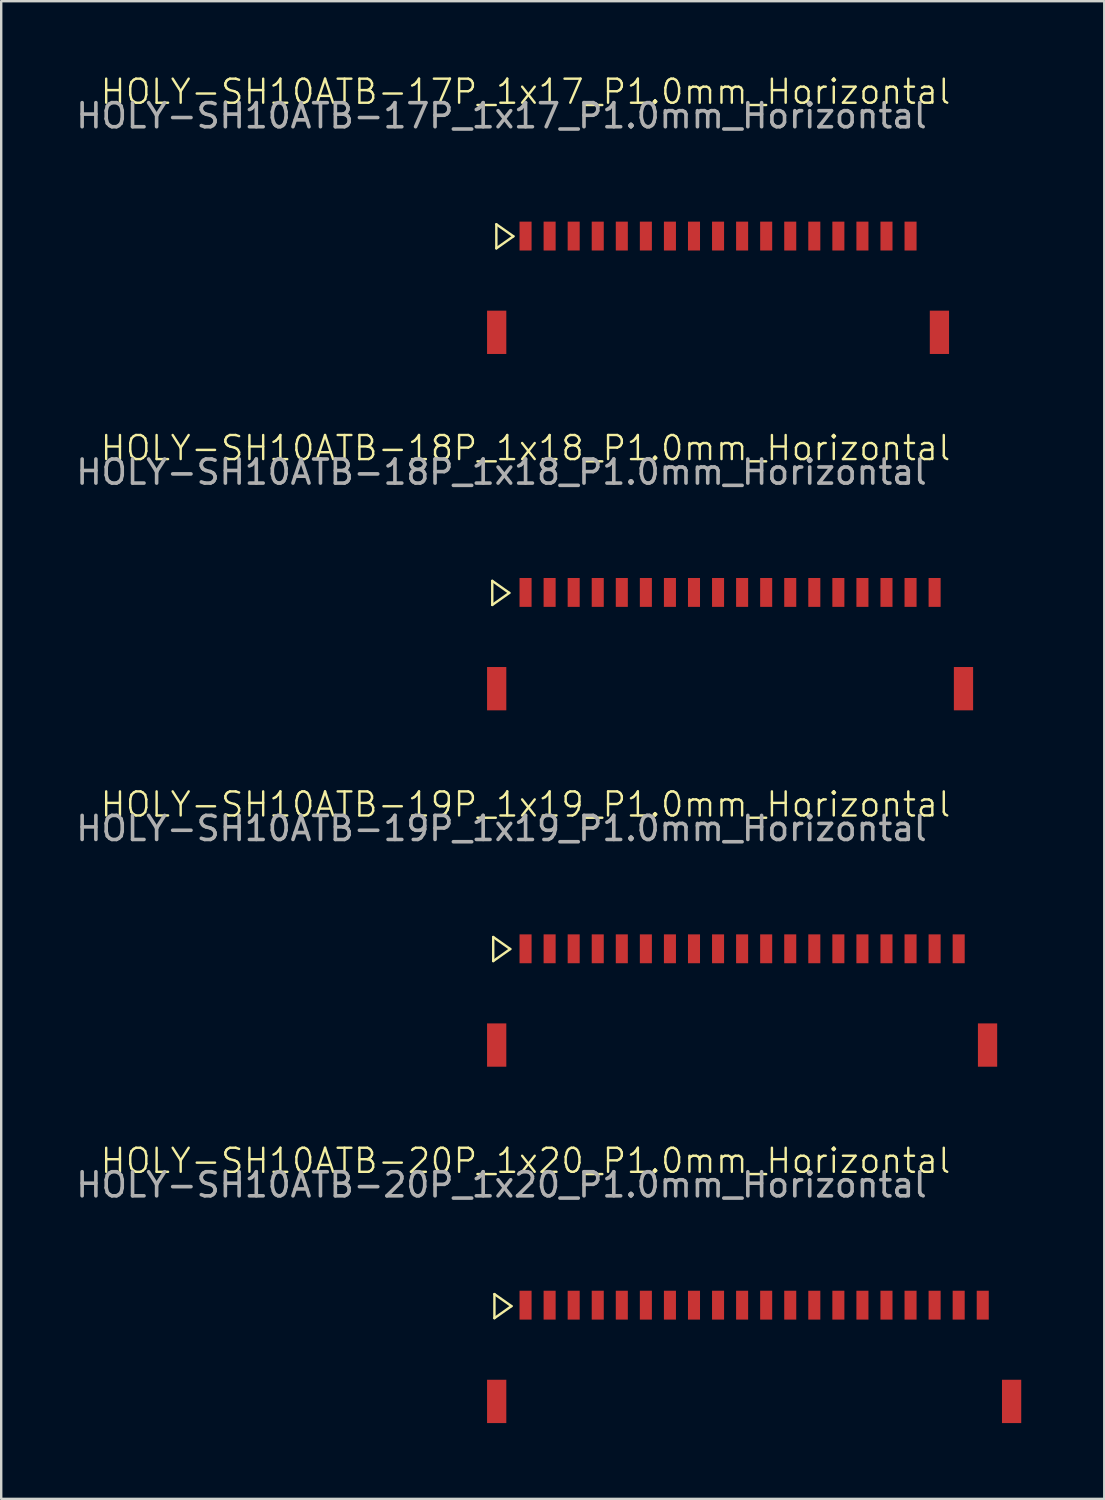
<source format=kicad_pcb>
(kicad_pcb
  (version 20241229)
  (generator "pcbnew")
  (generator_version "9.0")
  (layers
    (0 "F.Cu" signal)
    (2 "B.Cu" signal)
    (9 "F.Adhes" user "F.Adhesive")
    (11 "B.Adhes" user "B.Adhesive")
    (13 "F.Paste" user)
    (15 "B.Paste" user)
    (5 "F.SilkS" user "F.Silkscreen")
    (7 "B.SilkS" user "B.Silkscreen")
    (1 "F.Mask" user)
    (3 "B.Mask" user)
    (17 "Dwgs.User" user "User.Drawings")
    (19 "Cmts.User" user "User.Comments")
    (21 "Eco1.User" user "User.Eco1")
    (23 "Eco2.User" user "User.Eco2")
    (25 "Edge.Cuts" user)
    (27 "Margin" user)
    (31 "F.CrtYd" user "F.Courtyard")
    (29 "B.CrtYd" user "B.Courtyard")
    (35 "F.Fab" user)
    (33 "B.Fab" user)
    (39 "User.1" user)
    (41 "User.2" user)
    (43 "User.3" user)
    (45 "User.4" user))
  (footprint "HOLY-SH10ATB-19P_1x19_P1.0mm_Horizontal"
    (layer "F.Cu")
    (at 36.792 36.382)
    (property "Reference" "HOLY-SH10ATB-19P_1x19_P1.0mm_Horizontal" (at -18 -6 0) (unlocked yes) (layer "F.SilkS") (effects (font (size 1 1) (thickness 0.1))))
    (attr smd)
    (fp_line (start -19.344 -0.49) (end -19.344 0.51) (stroke (width 0.1) (type solid)) (layer "F.SilkS"))
    (fp_line (start -19.344 -0.49) (end -18.636 0.01) (stroke (width 0.1) (type solid)) (layer "F.SilkS"))
    (fp_line (start -18.636 0.01) (end -19.344 0.51) (stroke (width 0.1) (type solid)) (layer "F.SilkS"))
    (fp_rect (start -20 -1) (end 2 5) (stroke (width 0.1) (type default)) (fill no) (layer "Margin"))
    (fp_text user "${REFERENCE}" (at -19 -5 0) (unlocked yes) (layer "F.Fab") (effects (font (size 1 1) (thickness 0.15))))
    (pad "1" smd rect (at -18 0) (size 0.5 1.2) (layers "F.Cu" "F.Mask" "F.Paste"))
    (pad "2" smd rect (at -17 0) (size 0.5 1.2) (layers "F.Cu" "F.Mask" "F.Paste"))
    (pad "3" smd rect (at -16 0) (size 0.5 1.2) (layers "F.Cu" "F.Mask" "F.Paste"))
    (pad "4" smd rect (at -15 0) (size 0.5 1.2) (layers "F.Cu" "F.Mask" "F.Paste"))
    (pad "5" smd rect (at -14 0) (size 0.5 1.2) (layers "F.Cu" "F.Mask" "F.Paste"))
    (pad "6" smd rect (at -13 0) (size 0.5 1.2) (layers "F.Cu" "F.Mask" "F.Paste"))
    (pad "7" smd rect (at -12 0) (size 0.5 1.2) (layers "F.Cu" "F.Mask" "F.Paste"))
    (pad "8" smd rect (at -11 0) (size 0.5 1.2) (layers "F.Cu" "F.Mask" "F.Paste"))
    (pad "9" smd rect (at -10 0) (size 0.5 1.2) (layers "F.Cu" "F.Mask" "F.Paste"))
    (pad "10" smd rect (at -9 0) (size 0.5 1.2) (layers "F.Cu" "F.Mask" "F.Paste"))
    (pad "11" smd rect (at -8 0) (size 0.5 1.2) (layers "F.Cu" "F.Mask" "F.Paste"))
    (pad "12" smd rect (at -7 0) (size 0.5 1.2) (layers "F.Cu" "F.Mask" "F.Paste"))
    (pad "13" smd rect (at -6 0) (size 0.5 1.2) (layers "F.Cu" "F.Mask" "F.Paste"))
    (pad "14" smd rect (at -5 0) (size 0.5 1.2) (layers "F.Cu" "F.Mask" "F.Paste"))
    (pad "15" smd rect (at -4 0) (size 0.5 1.2) (layers "F.Cu" "F.Mask" "F.Paste"))
    (pad "16" smd rect (at -3 0) (size 0.5 1.2) (layers "F.Cu" "F.Mask" "F.Paste"))
    (pad "17" smd rect (at -2 0) (size 0.5 1.2) (layers "F.Cu" "F.Mask" "F.Paste"))
    (pad "18" smd rect (at -1 0) (size 0.5 1.2) (layers "F.Cu" "F.Mask" "F.Paste"))
    (pad "19" smd rect (at 0 0) (size 0.5 1.2) (layers "F.Cu" "F.Mask" "F.Paste"))
    (pad "MP" smd rect (at -19.2 4) (size 0.8 1.8) (layers "F.Cu" "F.Mask" "F.Paste"))
    (pad "MP" smd rect (at 1.2 4) (size 0.8 1.8) (layers "F.Cu" "F.Mask" "F.Paste")))
  (footprint "HOLY-SH10ATB-18P_1x18_P1.0mm_Horizontal"
    (layer "F.Cu")
    (at 35.792 21.571)
    (property "Reference" "HOLY-SH10ATB-18P_1x18_P1.0mm_Horizontal" (at -17 -6 0) (unlocked yes) (layer "F.SilkS") (effects (font (size 1 1) (thickness 0.1))))
    (attr smd)
    (fp_line (start -18.384 -0.48) (end -18.384 0.52) (stroke (width 0.1) (type solid)) (layer "F.SilkS"))
    (fp_line (start -18.384 -0.48) (end -17.676 0.02) (stroke (width 0.1) (type solid)) (layer "F.SilkS"))
    (fp_line (start -17.676 0.02) (end -18.384 0.52) (stroke (width 0.1) (type solid)) (layer "F.SilkS"))
    (fp_rect (start -19 -1) (end 2 5) (stroke (width 0.1) (type default)) (fill no) (layer "Margin"))
    (fp_text user "${REFERENCE}" (at -18 -5 0) (unlocked yes) (layer "F.Fab") (effects (font (size 1 1) (thickness 0.15))))
    (pad "1" smd rect (at -17 0) (size 0.5 1.2) (layers "F.Cu" "F.Mask" "F.Paste"))
    (pad "2" smd rect (at -16 0) (size 0.5 1.2) (layers "F.Cu" "F.Mask" "F.Paste"))
    (pad "3" smd rect (at -15 0) (size 0.5 1.2) (layers "F.Cu" "F.Mask" "F.Paste"))
    (pad "4" smd rect (at -14 0) (size 0.5 1.2) (layers "F.Cu" "F.Mask" "F.Paste"))
    (pad "5" smd rect (at -13 0) (size 0.5 1.2) (layers "F.Cu" "F.Mask" "F.Paste"))
    (pad "6" smd rect (at -12 0) (size 0.5 1.2) (layers "F.Cu" "F.Mask" "F.Paste"))
    (pad "7" smd rect (at -11 0) (size 0.5 1.2) (layers "F.Cu" "F.Mask" "F.Paste"))
    (pad "8" smd rect (at -10 0) (size 0.5 1.2) (layers "F.Cu" "F.Mask" "F.Paste"))
    (pad "9" smd rect (at -9 0) (size 0.5 1.2) (layers "F.Cu" "F.Mask" "F.Paste"))
    (pad "10" smd rect (at -8 0) (size 0.5 1.2) (layers "F.Cu" "F.Mask" "F.Paste"))
    (pad "11" smd rect (at -7 0) (size 0.5 1.2) (layers "F.Cu" "F.Mask" "F.Paste"))
    (pad "12" smd rect (at -6 0) (size 0.5 1.2) (layers "F.Cu" "F.Mask" "F.Paste"))
    (pad "13" smd rect (at -5 0) (size 0.5 1.2) (layers "F.Cu" "F.Mask" "F.Paste"))
    (pad "14" smd rect (at -4 0) (size 0.5 1.2) (layers "F.Cu" "F.Mask" "F.Paste"))
    (pad "15" smd rect (at -3 0) (size 0.5 1.2) (layers "F.Cu" "F.Mask" "F.Paste"))
    (pad "16" smd rect (at -2 0) (size 0.5 1.2) (layers "F.Cu" "F.Mask" "F.Paste"))
    (pad "17" smd rect (at -1 0) (size 0.5 1.2) (layers "F.Cu" "F.Mask" "F.Paste"))
    (pad "18" smd rect (at 0 0) (size 0.5 1.2) (layers "F.Cu" "F.Mask" "F.Paste"))
    (pad "MP" smd rect (at -18.2 4) (size 0.8 1.8) (layers "F.Cu" "F.Mask" "F.Paste"))
    (pad "MP" smd rect (at 1.2 4) (size 0.8 1.8) (layers "F.Cu" "F.Mask" "F.Paste")))
  (footprint "HOLY-SH10ATB-20P_1x20_P1.0mm_Horizontal"
    (layer "F.Cu")
    (at 37.792 51.192)
    (property "Reference" "HOLY-SH10ATB-20P_1x20_P1.0mm_Horizontal" (at -19 -6 0) (unlocked yes) (layer "F.SilkS") (effects (font (size 1 1) (thickness 0.1))))
    (attr smd)
    (fp_line (start -20.294 -0.46) (end -20.294 0.54) (stroke (width 0.1) (type solid)) (layer "F.SilkS"))
    (fp_line (start -20.294 -0.46) (end -19.586 0.04) (stroke (width 0.1) (type solid)) (layer "F.SilkS"))
    (fp_line (start -19.586 0.04) (end -20.294 0.54) (stroke (width 0.1) (type solid)) (layer "F.SilkS"))
    (fp_rect (start -21 -1) (end 2 5) (stroke (width 0.1) (type default)) (fill no) (layer "Margin"))
    (fp_text user "${REFERENCE}" (at -20 -5 0) (unlocked yes) (layer "F.Fab") (effects (font (size 1 1) (thickness 0.15))))
    (pad "1" smd rect (at -19 0) (size 0.5 1.2) (layers "F.Cu" "F.Mask" "F.Paste"))
    (pad "2" smd rect (at -18 0) (size 0.5 1.2) (layers "F.Cu" "F.Mask" "F.Paste"))
    (pad "3" smd rect (at -17 0) (size 0.5 1.2) (layers "F.Cu" "F.Mask" "F.Paste"))
    (pad "4" smd rect (at -16 0) (size 0.5 1.2) (layers "F.Cu" "F.Mask" "F.Paste"))
    (pad "5" smd rect (at -15 0) (size 0.5 1.2) (layers "F.Cu" "F.Mask" "F.Paste"))
    (pad "6" smd rect (at -14 0) (size 0.5 1.2) (layers "F.Cu" "F.Mask" "F.Paste"))
    (pad "7" smd rect (at -13 0) (size 0.5 1.2) (layers "F.Cu" "F.Mask" "F.Paste"))
    (pad "8" smd rect (at -12 0) (size 0.5 1.2) (layers "F.Cu" "F.Mask" "F.Paste"))
    (pad "9" smd rect (at -11 0) (size 0.5 1.2) (layers "F.Cu" "F.Mask" "F.Paste"))
    (pad "10" smd rect (at -10 0) (size 0.5 1.2) (layers "F.Cu" "F.Mask" "F.Paste"))
    (pad "11" smd rect (at -9 0) (size 0.5 1.2) (layers "F.Cu" "F.Mask" "F.Paste"))
    (pad "12" smd rect (at -8 0) (size 0.5 1.2) (layers "F.Cu" "F.Mask" "F.Paste"))
    (pad "13" smd rect (at -7 0) (size 0.5 1.2) (layers "F.Cu" "F.Mask" "F.Paste"))
    (pad "14" smd rect (at -6 0) (size 0.5 1.2) (layers "F.Cu" "F.Mask" "F.Paste"))
    (pad "15" smd rect (at -5 0) (size 0.5 1.2) (layers "F.Cu" "F.Mask" "F.Paste"))
    (pad "16" smd rect (at -4 0) (size 0.5 1.2) (layers "F.Cu" "F.Mask" "F.Paste"))
    (pad "17" smd rect (at -3 0) (size 0.5 1.2) (layers "F.Cu" "F.Mask" "F.Paste"))
    (pad "18" smd rect (at -2 0) (size 0.5 1.2) (layers "F.Cu" "F.Mask" "F.Paste"))
    (pad "19" smd rect (at -1 0) (size 0.5 1.2) (layers "F.Cu" "F.Mask" "F.Paste"))
    (pad "20" smd rect (at 0 0) (size 0.5 1.2) (layers "F.Cu" "F.Mask" "F.Paste"))
    (pad "MP" smd rect (at -20.2 4) (size 0.8 1.8) (layers "F.Cu" "F.Mask" "F.Paste"))
    (pad "MP" smd rect (at 1.2 4) (size 0.8 1.8) (layers "F.Cu" "F.Mask" "F.Paste")))
  (footprint "HOLY-SH10ATB-17P_1x17_P1.0mm_Horizontal"
    (layer "F.Cu")
    (at 34.792 6.761)
    (property "Reference" "HOLY-SH10ATB-17P_1x17_P1.0mm_Horizontal" (at -16 -6 0) (unlocked yes) (layer "F.SilkS") (effects (font (size 1 1) (thickness 0.1))))
    (attr smd)
    (fp_line (start -17.214 -0.49) (end -17.214 0.51) (stroke (width 0.1) (type solid)) (layer "F.SilkS"))
    (fp_line (start -17.214 -0.49) (end -16.506 0.01) (stroke (width 0.1) (type solid)) (layer "F.SilkS"))
    (fp_line (start -16.506 0.01) (end -17.214 0.51) (stroke (width 0.1) (type solid)) (layer "F.SilkS"))
    (fp_rect (start -18 -1) (end 2 5) (stroke (width 0.1) (type default)) (fill no) (layer "Margin"))
    (fp_text user "${REFERENCE}" (at -17 -5 0) (unlocked yes) (layer "F.Fab") (effects (font (size 1 1) (thickness 0.15))))
    (pad "1" smd rect (at -16 0) (size 0.5 1.2) (layers "F.Cu" "F.Mask" "F.Paste"))
    (pad "2" smd rect (at -15 0) (size 0.5 1.2) (layers "F.Cu" "F.Mask" "F.Paste"))
    (pad "3" smd rect (at -14 0) (size 0.5 1.2) (layers "F.Cu" "F.Mask" "F.Paste"))
    (pad "4" smd rect (at -13 0) (size 0.5 1.2) (layers "F.Cu" "F.Mask" "F.Paste"))
    (pad "5" smd rect (at -12 0) (size 0.5 1.2) (layers "F.Cu" "F.Mask" "F.Paste"))
    (pad "6" smd rect (at -11 0) (size 0.5 1.2) (layers "F.Cu" "F.Mask" "F.Paste"))
    (pad "7" smd rect (at -10 0) (size 0.5 1.2) (layers "F.Cu" "F.Mask" "F.Paste"))
    (pad "8" smd rect (at -9 0) (size 0.5 1.2) (layers "F.Cu" "F.Mask" "F.Paste"))
    (pad "9" smd rect (at -8 0) (size 0.5 1.2) (layers "F.Cu" "F.Mask" "F.Paste"))
    (pad "10" smd rect (at -7 0) (size 0.5 1.2) (layers "F.Cu" "F.Mask" "F.Paste"))
    (pad "11" smd rect (at -6 0) (size 0.5 1.2) (layers "F.Cu" "F.Mask" "F.Paste"))
    (pad "12" smd rect (at -5 0) (size 0.5 1.2) (layers "F.Cu" "F.Mask" "F.Paste"))
    (pad "13" smd rect (at -4 0) (size 0.5 1.2) (layers "F.Cu" "F.Mask" "F.Paste"))
    (pad "14" smd rect (at -3 0) (size 0.5 1.2) (layers "F.Cu" "F.Mask" "F.Paste"))
    (pad "15" smd rect (at -2 0) (size 0.5 1.2) (layers "F.Cu" "F.Mask" "F.Paste"))
    (pad "16" smd rect (at -1 0) (size 0.5 1.2) (layers "F.Cu" "F.Mask" "F.Paste"))
    (pad "17" smd rect (at 0 0) (size 0.5 1.2) (layers "F.Cu" "F.Mask" "F.Paste"))
    (pad "MP" smd rect (at -17.2 4) (size 0.8 1.8) (layers "F.Cu" "F.Mask" "F.Paste"))
    (pad "MP" smd rect (at 1.2 4) (size 0.8 1.8) (layers "F.Cu" "F.Mask" "F.Paste")))
  (gr_rect
    (start -3 -3)
    (end 42.842 59.242)
    (stroke (width 0.1) (type default))
    (fill no)
    (layer "Edge.Cuts")))
</source>
